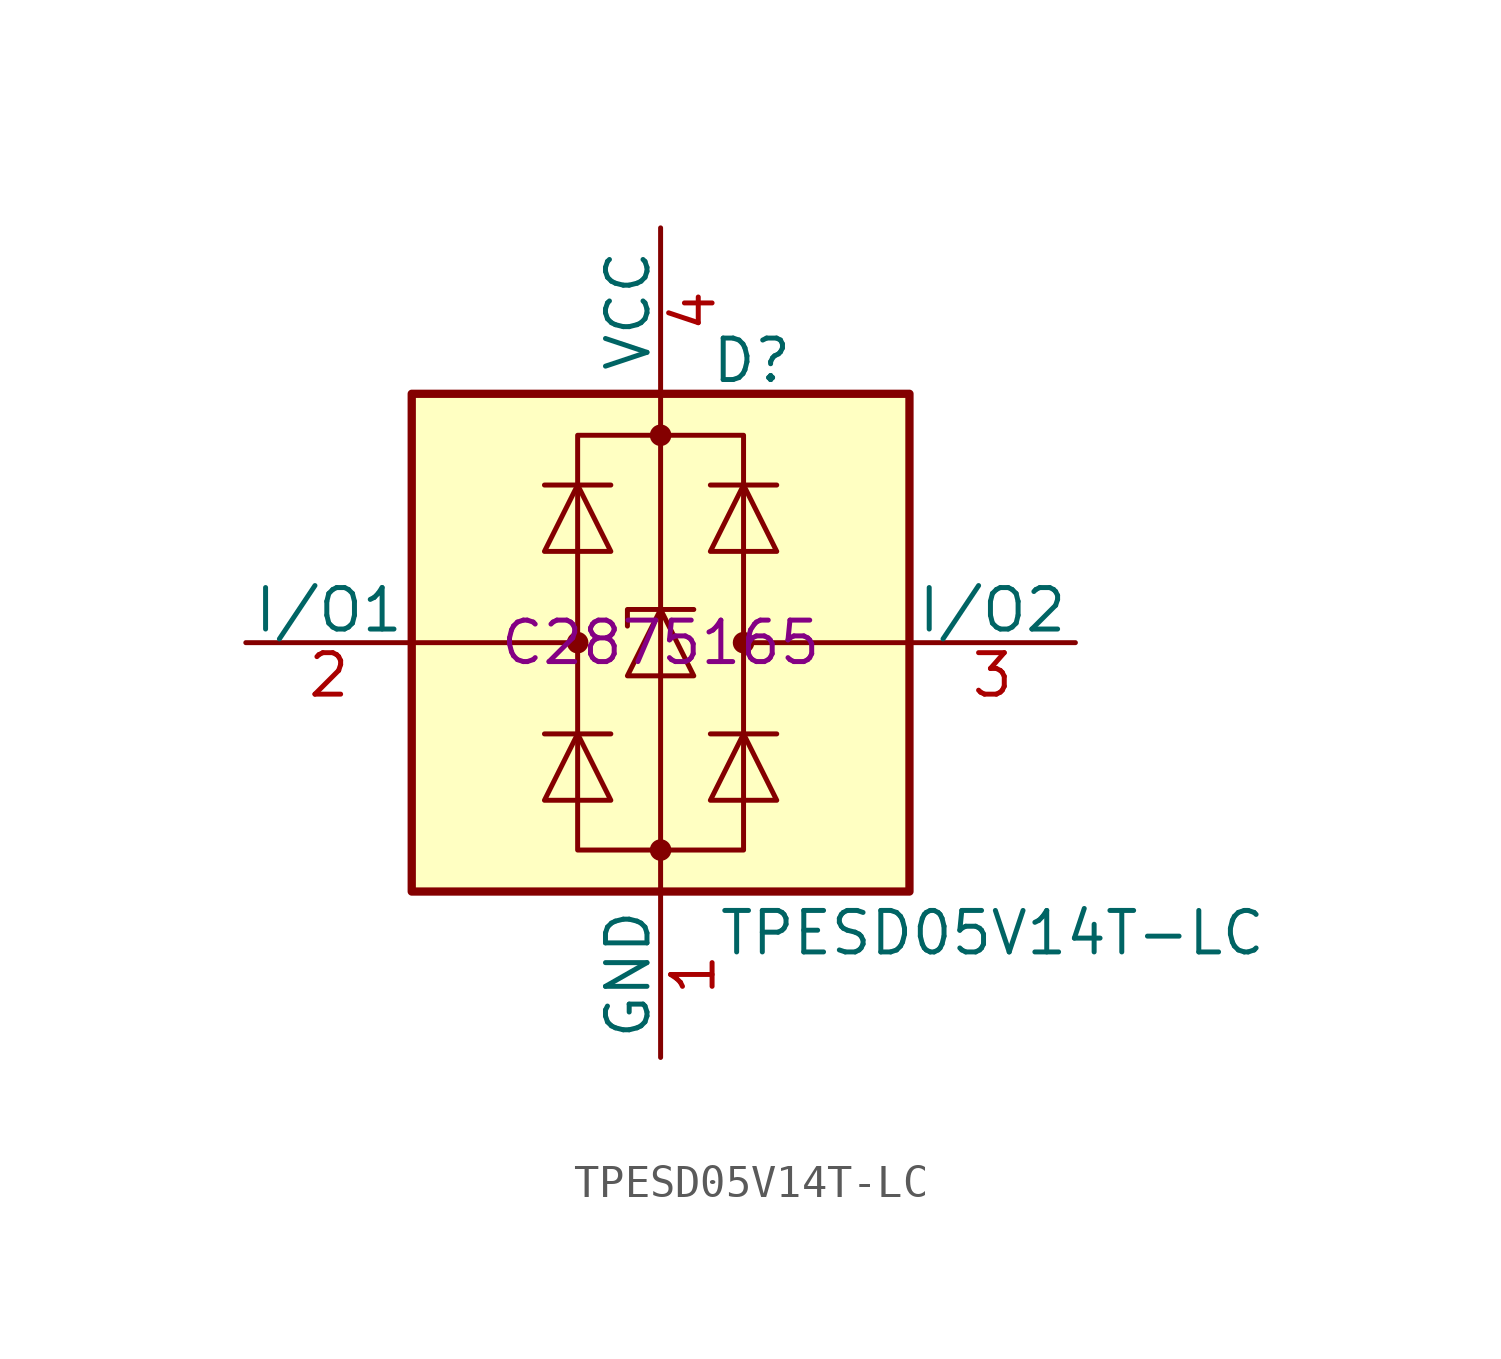
<source format=kicad_sym>
(kicad_symbol_lib
  (version 20211014)
  (generator kicad_symbol_editor)
  (symbol "TPESD05V14T-LC"
    (pin_names
      (offset 0))
    (property "Reference" "D"
      (at 2.794 8.636 0)
      (effects (font (size 1.27 1.27))))
    (property "Value" "TPESD05V14T-LC"
      (at 10.16 -8.89 0)
      (effects (font (size 1.27 1.27))))
    (property "LCSC" "C2875165"
      (at 0 0 0)
      (effects (font (size 1.27 1.27))))
    (symbol "TPESD05V14T-LC_0_1"
      (rectangle (start -7.62 -7.62) (end 7.62 7.62) (stroke (width 0.254) (type default) (color 0 0 0 0)) (fill (type background)))
      (circle (center -2.54 0) (radius 0.254) (stroke (width 0) (type default) (color 0 0 0 0)) (fill (type outline)))
      (rectangle (start -2.54 6.35) (end 2.54 -6.35) (stroke (width 0) (type default) (color 0 0 0 0)) (fill (type none)))
      (circle (center 0 -6.35) (radius 0.254) (stroke (width 0) (type default) (color 0 0 0 0)) (fill (type outline)))
      (polyline (pts (xy -2.54 0) (xy -7.62 0)) (stroke (width 0) (type default) (color 0 0 0 0)) (fill (type none)))
      (polyline (pts (xy -1.524 -2.794) (xy -3.556 -2.794)) (stroke (width 0) (type default) (color 0 0 0 0)) (fill (type none)))
      (polyline (pts (xy -1.524 4.826) (xy -3.556 4.826)) (stroke (width 0) (type default) (color 0 0 0 0)) (fill (type none)))
      (polyline (pts (xy 0 -7.62) (xy 0 7.62)) (stroke (width 0) (type default) (color 0 0 0 0)) (fill (type none)))
      (polyline (pts (xy 1.524 -2.794) (xy 3.556 -2.794)) (stroke (width 0) (type default) (color 0 0 0 0)) (fill (type none)))
      (polyline (pts (xy 1.524 4.826) (xy 3.556 4.826)) (stroke (width 0) (type default) (color 0 0 0 0)) (fill (type none)))
      (polyline (pts (xy 2.54 0) (xy 7.62 0)) (stroke (width 0) (type default) (color 0 0 0 0)) (fill (type none)))
      (polyline (pts (xy 1.016 1.016) (xy -1.016 1.016) (xy -1.016 0.508)) (stroke (width 0) (type default) (color 0 0 0 0)) (fill (type none)))
      (polyline (pts (xy -3.556 -4.826) (xy -1.524 -4.826) (xy -2.54 -2.794) (xy -3.556 -4.826)) (stroke (width 0) (type default) (color 0 0 0 0)) (fill (type none)))
      (polyline (pts (xy -3.556 2.794) (xy -1.524 2.794) (xy -2.54 4.826) (xy -3.556 2.794)) (stroke (width 0) (type default) (color 0 0 0 0)) (fill (type none)))
      (polyline (pts (xy -1.016 -1.016) (xy 1.016 -1.016) (xy 0 1.016) (xy -1.016 -1.016)) (stroke (width 0) (type default) (color 0 0 0 0)) (fill (type none)))
      (polyline (pts (xy 3.556 -4.826) (xy 1.524 -4.826) (xy 2.54 -2.794) (xy 3.556 -4.826)) (stroke (width 0) (type default) (color 0 0 0 0)) (fill (type none)))
      (polyline (pts (xy 3.556 2.794) (xy 1.524 2.794) (xy 2.54 4.826) (xy 3.556 2.794)) (stroke (width 0) (type default) (color 0 0 0 0)) (fill (type none)))
      (circle (center 0 6.35) (radius 0.254) (stroke (width 0) (type default) (color 0 0 0 0)) (fill (type outline)))
      (circle (center 2.54 0) (radius 0.254) (stroke (width 0) (type default) (color 0 0 0 0)) (fill (type outline))))
    (symbol "TPESD05V14T-LC_1_1"
      (pin passive line (at 0 -12.7 90) (length 5.08) (name "GND" (effects (font (size 1.27 1.27)))) (number "1" (effects (font (size 1.27 1.27)))))
      (pin passive line (at -12.7 0 0) (length 5.08) (name "I/O1" (effects (font (size 1.27 1.27)))) (number "2" (effects (font (size 1.27 1.27)))))
      (pin passive line (at 12.7 0 180) (length 5.08) (name "I/O2" (effects (font (size 1.27 1.27)))) (number "3" (effects (font (size 1.27 1.27)))))
      (pin passive line (at 0 12.7 270) (length 5.08) (name "VCC" (effects (font (size 1.27 1.27)))) (number "4" (effects (font (size 1.27 1.27))))))))
</source>
